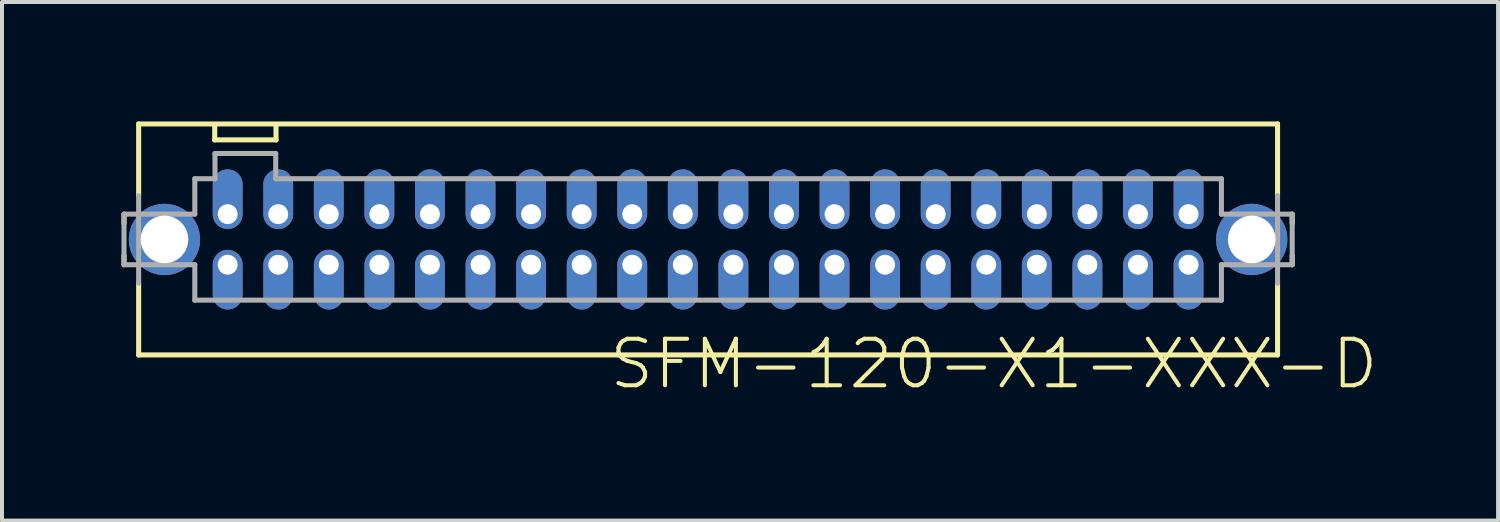
<source format=kicad_pcb>
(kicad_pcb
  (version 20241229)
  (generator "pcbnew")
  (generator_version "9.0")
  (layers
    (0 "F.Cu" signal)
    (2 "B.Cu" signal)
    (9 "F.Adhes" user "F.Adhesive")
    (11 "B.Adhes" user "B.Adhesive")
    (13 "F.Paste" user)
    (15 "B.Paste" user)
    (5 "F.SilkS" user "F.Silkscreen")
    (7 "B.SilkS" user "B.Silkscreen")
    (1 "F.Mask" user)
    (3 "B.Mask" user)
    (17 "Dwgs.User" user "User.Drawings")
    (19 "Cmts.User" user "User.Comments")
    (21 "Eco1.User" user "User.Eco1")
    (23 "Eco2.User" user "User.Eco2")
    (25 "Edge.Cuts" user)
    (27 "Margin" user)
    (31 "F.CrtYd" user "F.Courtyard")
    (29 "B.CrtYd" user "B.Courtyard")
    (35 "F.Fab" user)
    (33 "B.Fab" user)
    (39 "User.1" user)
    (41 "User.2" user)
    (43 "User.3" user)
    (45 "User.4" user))
  (footprint "SFM-120-X1-XXX-D"
    (layer "F.Cu")
    (at 14.732 2.963)
    (property "Reference" "SFM-120-X1-XXX-D" (at -2.54 3.81 0) (layer "F.SilkS") (effects (font (size 1.168 1.168) (thickness 0.102)) (justify left bottom)))
    (fp_line (start -14.668 -0.635) (end -14.668 -0.4) (stroke (width 0.127) (type solid)) (layer "F.SilkS"))
    (fp_line (start -14.668 0.4) (end -14.668 0.635) (stroke (width 0.127) (type solid)) (layer "F.SilkS"))
    (fp_line (start -14.3 -2.9) (end 14.3 -2.9) (stroke (width 0.127) (type solid)) (layer "F.SilkS"))
    (fp_line (start -14.3 -1.1) (end -14.3 -2.9) (stroke (width 0.127) (type solid)) (layer "F.SilkS"))
    (fp_line (start -14.3 2.9) (end -14.3 1.1) (stroke (width 0.127) (type solid)) (layer "F.SilkS"))
    (fp_line (start -12.39 -2.5) (end -12.39 -2.867) (stroke (width 0.127) (type solid)) (layer "F.SilkS"))
    (fp_line (start -12.39 -2.5) (end -10.851 -2.5) (stroke (width 0.127) (type solid)) (layer "F.SilkS"))
    (fp_line (start -10.851 -2.867) (end -10.851 -2.5) (stroke (width 0.127) (type solid)) (layer "F.SilkS"))
    (fp_line (start 14.3 -1.1) (end 14.3 -2.9) (stroke (width 0.127) (type solid)) (layer "F.SilkS"))
    (fp_line (start 14.3 1.1) (end 14.3 2.9) (stroke (width 0.127) (type solid)) (layer "F.SilkS"))
    (fp_line (start 14.3 2.9) (end -14.3 2.9) (stroke (width 0.127) (type solid)) (layer "F.SilkS"))
    (fp_line (start 14.668 -0.635) (end 14.668 -0.4) (stroke (width 0.127) (type solid)) (layer "F.SilkS"))
    (fp_line (start 14.668 0.4) (end 14.668 0.635) (stroke (width 0.127) (type solid)) (layer "F.SilkS"))
    (fp_line (start -14.668 -0.635) (end -12.89 -0.635) (stroke (width 0.127) (type solid)) (layer "F.Fab"))
    (fp_line (start -14.668 0.635) (end -14.668 -0.635) (stroke (width 0.127) (type solid)) (layer "F.Fab"))
    (fp_line (start -14.3 -1.1) (end -14.3 1.1) (stroke (width 0.127) (type solid)) (layer "F.Fab"))
    (fp_line (start -12.89 -1.524) (end -12.383 -1.524) (stroke (width 0.127) (type solid)) (layer "F.Fab"))
    (fp_line (start -12.89 -0.635) (end -12.89 -1.524) (stroke (width 0.127) (type solid)) (layer "F.Fab"))
    (fp_line (start -12.89 0.635) (end -14.668 0.635) (stroke (width 0.127) (type solid)) (layer "F.Fab"))
    (fp_line (start -12.89 1.524) (end -12.89 0.635) (stroke (width 0.127) (type solid)) (layer "F.Fab"))
    (fp_line (start -12.383 -2.159) (end -10.858 -2.159) (stroke (width 0.127) (type solid)) (layer "F.Fab"))
    (fp_line (start -12.383 -1.524) (end -12.383 -2.159) (stroke (width 0.127) (type solid)) (layer "F.Fab"))
    (fp_line (start -10.858 -2.159) (end -10.858 -1.524) (stroke (width 0.127) (type solid)) (layer "F.Fab"))
    (fp_line (start -10.858 -1.524) (end 12.89 -1.524) (stroke (width 0.127) (type solid)) (layer "F.Fab"))
    (fp_line (start 12.89 -1.524) (end 12.89 -0.635) (stroke (width 0.127) (type solid)) (layer "F.Fab"))
    (fp_line (start 12.89 -0.635) (end 14.668 -0.635) (stroke (width 0.127) (type solid)) (layer "F.Fab"))
    (fp_line (start 12.89 0.635) (end 12.89 1.524) (stroke (width 0.127) (type solid)) (layer "F.Fab"))
    (fp_line (start 12.89 1.524) (end -12.89 1.524) (stroke (width 0.127) (type solid)) (layer "F.Fab"))
    (fp_line (start 14.3 -1.1) (end 14.3 1.1) (stroke (width 0.127) (type solid)) (layer "F.Fab"))
    (fp_line (start 14.668 -0.635) (end 14.668 0.635) (stroke (width 0.127) (type solid)) (layer "F.Fab"))
    (fp_line (start 14.668 0.635) (end 12.89 0.635) (stroke (width 0.127) (type solid)) (layer "F.Fab"))
    (pad "1" thru_hole oval (at 12.065 0.635 270) (size 1.5 0.75) (drill 0.5 (offset 0.375 0)) (layers "*.Cu" "*.Mask"))
    (pad "2" thru_hole oval (at 12.065 -0.635 90) (size 1.5 0.75) (drill 0.5 (offset 0.375 0)) (layers "*.Cu" "*.Mask"))
    (pad "3" thru_hole oval (at 10.795 0.635 270) (size 1.5 0.75) (drill 0.5 (offset 0.375 0)) (layers "*.Cu" "*.Mask"))
    (pad "4" thru_hole oval (at 10.795 -0.635 90) (size 1.5 0.75) (drill 0.5 (offset 0.375 0)) (layers "*.Cu" "*.Mask"))
    (pad "5" thru_hole oval (at 9.525 0.635 270) (size 1.5 0.75) (drill 0.5 (offset 0.375 0)) (layers "*.Cu" "*.Mask"))
    (pad "6" thru_hole oval (at 9.525 -0.635 90) (size 1.5 0.75) (drill 0.5 (offset 0.375 0)) (layers "*.Cu" "*.Mask"))
    (pad "7" thru_hole oval (at 8.255 0.635 270) (size 1.5 0.75) (drill 0.5 (offset 0.375 0)) (layers "*.Cu" "*.Mask"))
    (pad "8" thru_hole oval (at 8.255 -0.635 90) (size 1.5 0.75) (drill 0.5 (offset 0.375 0)) (layers "*.Cu" "*.Mask"))
    (pad "9" thru_hole oval (at 6.985 0.635 270) (size 1.5 0.75) (drill 0.5 (offset 0.375 0)) (layers "*.Cu" "*.Mask"))
    (pad "10" thru_hole oval (at 6.985 -0.635 90) (size 1.5 0.75) (drill 0.5 (offset 0.375 0)) (layers "*.Cu" "*.Mask"))
    (pad "11" thru_hole oval (at 5.715 0.635 270) (size 1.5 0.75) (drill 0.5 (offset 0.375 0)) (layers "*.Cu" "*.Mask"))
    (pad "12" thru_hole oval (at 5.715 -0.635 90) (size 1.5 0.75) (drill 0.5 (offset 0.375 0)) (layers "*.Cu" "*.Mask"))
    (pad "13" thru_hole oval (at 4.445 0.635 270) (size 1.5 0.75) (drill 0.5 (offset 0.375 0)) (layers "*.Cu" "*.Mask"))
    (pad "14" thru_hole oval (at 4.445 -0.635 90) (size 1.5 0.75) (drill 0.5 (offset 0.375 0)) (layers "*.Cu" "*.Mask"))
    (pad "15" thru_hole oval (at 3.175 0.635 270) (size 1.5 0.75) (drill 0.5 (offset 0.375 0)) (layers "*.Cu" "*.Mask"))
    (pad "16" thru_hole oval (at 3.175 -0.635 90) (size 1.5 0.75) (drill 0.5 (offset 0.375 0)) (layers "*.Cu" "*.Mask"))
    (pad "17" thru_hole oval (at 1.905 0.635 270) (size 1.5 0.75) (drill 0.5 (offset 0.375 0)) (layers "*.Cu" "*.Mask"))
    (pad "18" thru_hole oval (at 1.905 -0.635 90) (size 1.5 0.75) (drill 0.5 (offset 0.375 0)) (layers "*.Cu" "*.Mask"))
    (pad "19" thru_hole oval (at 0.635 0.635 270) (size 1.5 0.75) (drill 0.5 (offset 0.375 0)) (layers "*.Cu" "*.Mask"))
    (pad "20" thru_hole oval (at 0.635 -0.635 90) (size 1.5 0.75) (drill 0.5 (offset 0.375 0)) (layers "*.Cu" "*.Mask"))
    (pad "21" thru_hole oval (at -0.635 0.635 270) (size 1.5 0.75) (drill 0.5 (offset 0.375 0)) (layers "*.Cu" "*.Mask"))
    (pad "22" thru_hole oval (at -0.635 -0.635 90) (size 1.5 0.75) (drill 0.5 (offset 0.375 0)) (layers "*.Cu" "*.Mask"))
    (pad "23" thru_hole oval (at -1.905 0.635 270) (size 1.5 0.75) (drill 0.5 (offset 0.375 0)) (layers "*.Cu" "*.Mask"))
    (pad "24" thru_hole oval (at -1.905 -0.635 90) (size 1.5 0.75) (drill 0.5 (offset 0.375 0)) (layers "*.Cu" "*.Mask"))
    (pad "25" thru_hole oval (at -3.175 0.635 270) (size 1.5 0.75) (drill 0.5 (offset 0.375 0)) (layers "*.Cu" "*.Mask"))
    (pad "26" thru_hole oval (at -3.175 -0.635 90) (size 1.5 0.75) (drill 0.5 (offset 0.375 0)) (layers "*.Cu" "*.Mask"))
    (pad "27" thru_hole oval (at -4.445 0.635 270) (size 1.5 0.75) (drill 0.5 (offset 0.375 0)) (layers "*.Cu" "*.Mask"))
    (pad "28" thru_hole oval (at -4.445 -0.635 90) (size 1.5 0.75) (drill 0.5 (offset 0.375 0)) (layers "*.Cu" "*.Mask"))
    (pad "29" thru_hole oval (at -5.715 0.635 270) (size 1.5 0.75) (drill 0.5 (offset 0.375 0)) (layers "*.Cu" "*.Mask"))
    (pad "30" thru_hole oval (at -5.715 -0.635 90) (size 1.5 0.75) (drill 0.5 (offset 0.375 0)) (layers "*.Cu" "*.Mask"))
    (pad "31" thru_hole oval (at -6.985 0.635 270) (size 1.5 0.75) (drill 0.5 (offset 0.375 0)) (layers "*.Cu" "*.Mask"))
    (pad "32" thru_hole oval (at -6.985 -0.635 90) (size 1.5 0.75) (drill 0.5 (offset 0.375 0)) (layers "*.Cu" "*.Mask"))
    (pad "33" thru_hole oval (at -8.255 0.635 270) (size 1.5 0.75) (drill 0.5 (offset 0.375 0)) (layers "*.Cu" "*.Mask"))
    (pad "34" thru_hole oval (at -8.255 -0.635 90) (size 1.5 0.75) (drill 0.5 (offset 0.375 0)) (layers "*.Cu" "*.Mask"))
    (pad "35" thru_hole oval (at -9.525 0.635 270) (size 1.5 0.75) (drill 0.5 (offset 0.375 0)) (layers "*.Cu" "*.Mask"))
    (pad "36" thru_hole oval (at -9.525 -0.635 90) (size 1.5 0.75) (drill 0.5 (offset 0.375 0)) (layers "*.Cu" "*.Mask"))
    (pad "37" thru_hole oval (at -10.795 0.635 270) (size 1.5 0.75) (drill 0.5 (offset 0.375 0)) (layers "*.Cu" "*.Mask"))
    (pad "38" thru_hole oval (at -10.795 -0.635 90) (size 1.5 0.75) (drill 0.5 (offset 0.375 0)) (layers "*.Cu" "*.Mask"))
    (pad "39" thru_hole oval (at -12.065 0.635 270) (size 1.5 0.75) (drill 0.5 (offset 0.375 0)) (layers "*.Cu" "*.Mask"))
    (pad "40" thru_hole oval (at -12.065 -0.635 90) (size 1.5 0.75) (drill 0.5 (offset 0.375 0)) (layers "*.Cu" "*.Mask"))
    (pad "LC1" thru_hole circle (at 13.652 0) (size 1.791 1.791) (drill 1.194) (layers "*.Cu" "*.Mask"))
    (pad "LC2" thru_hole circle (at -13.652 0) (size 1.791 1.791) (drill 1.194) (layers "*.Cu" "*.Mask")))
  (gr_rect
    (start -3 -3)
    (end 34.57 10.024)
    (stroke (width 0.1) (type default))
    (fill no)
    (layer "Edge.Cuts")))
</source>
